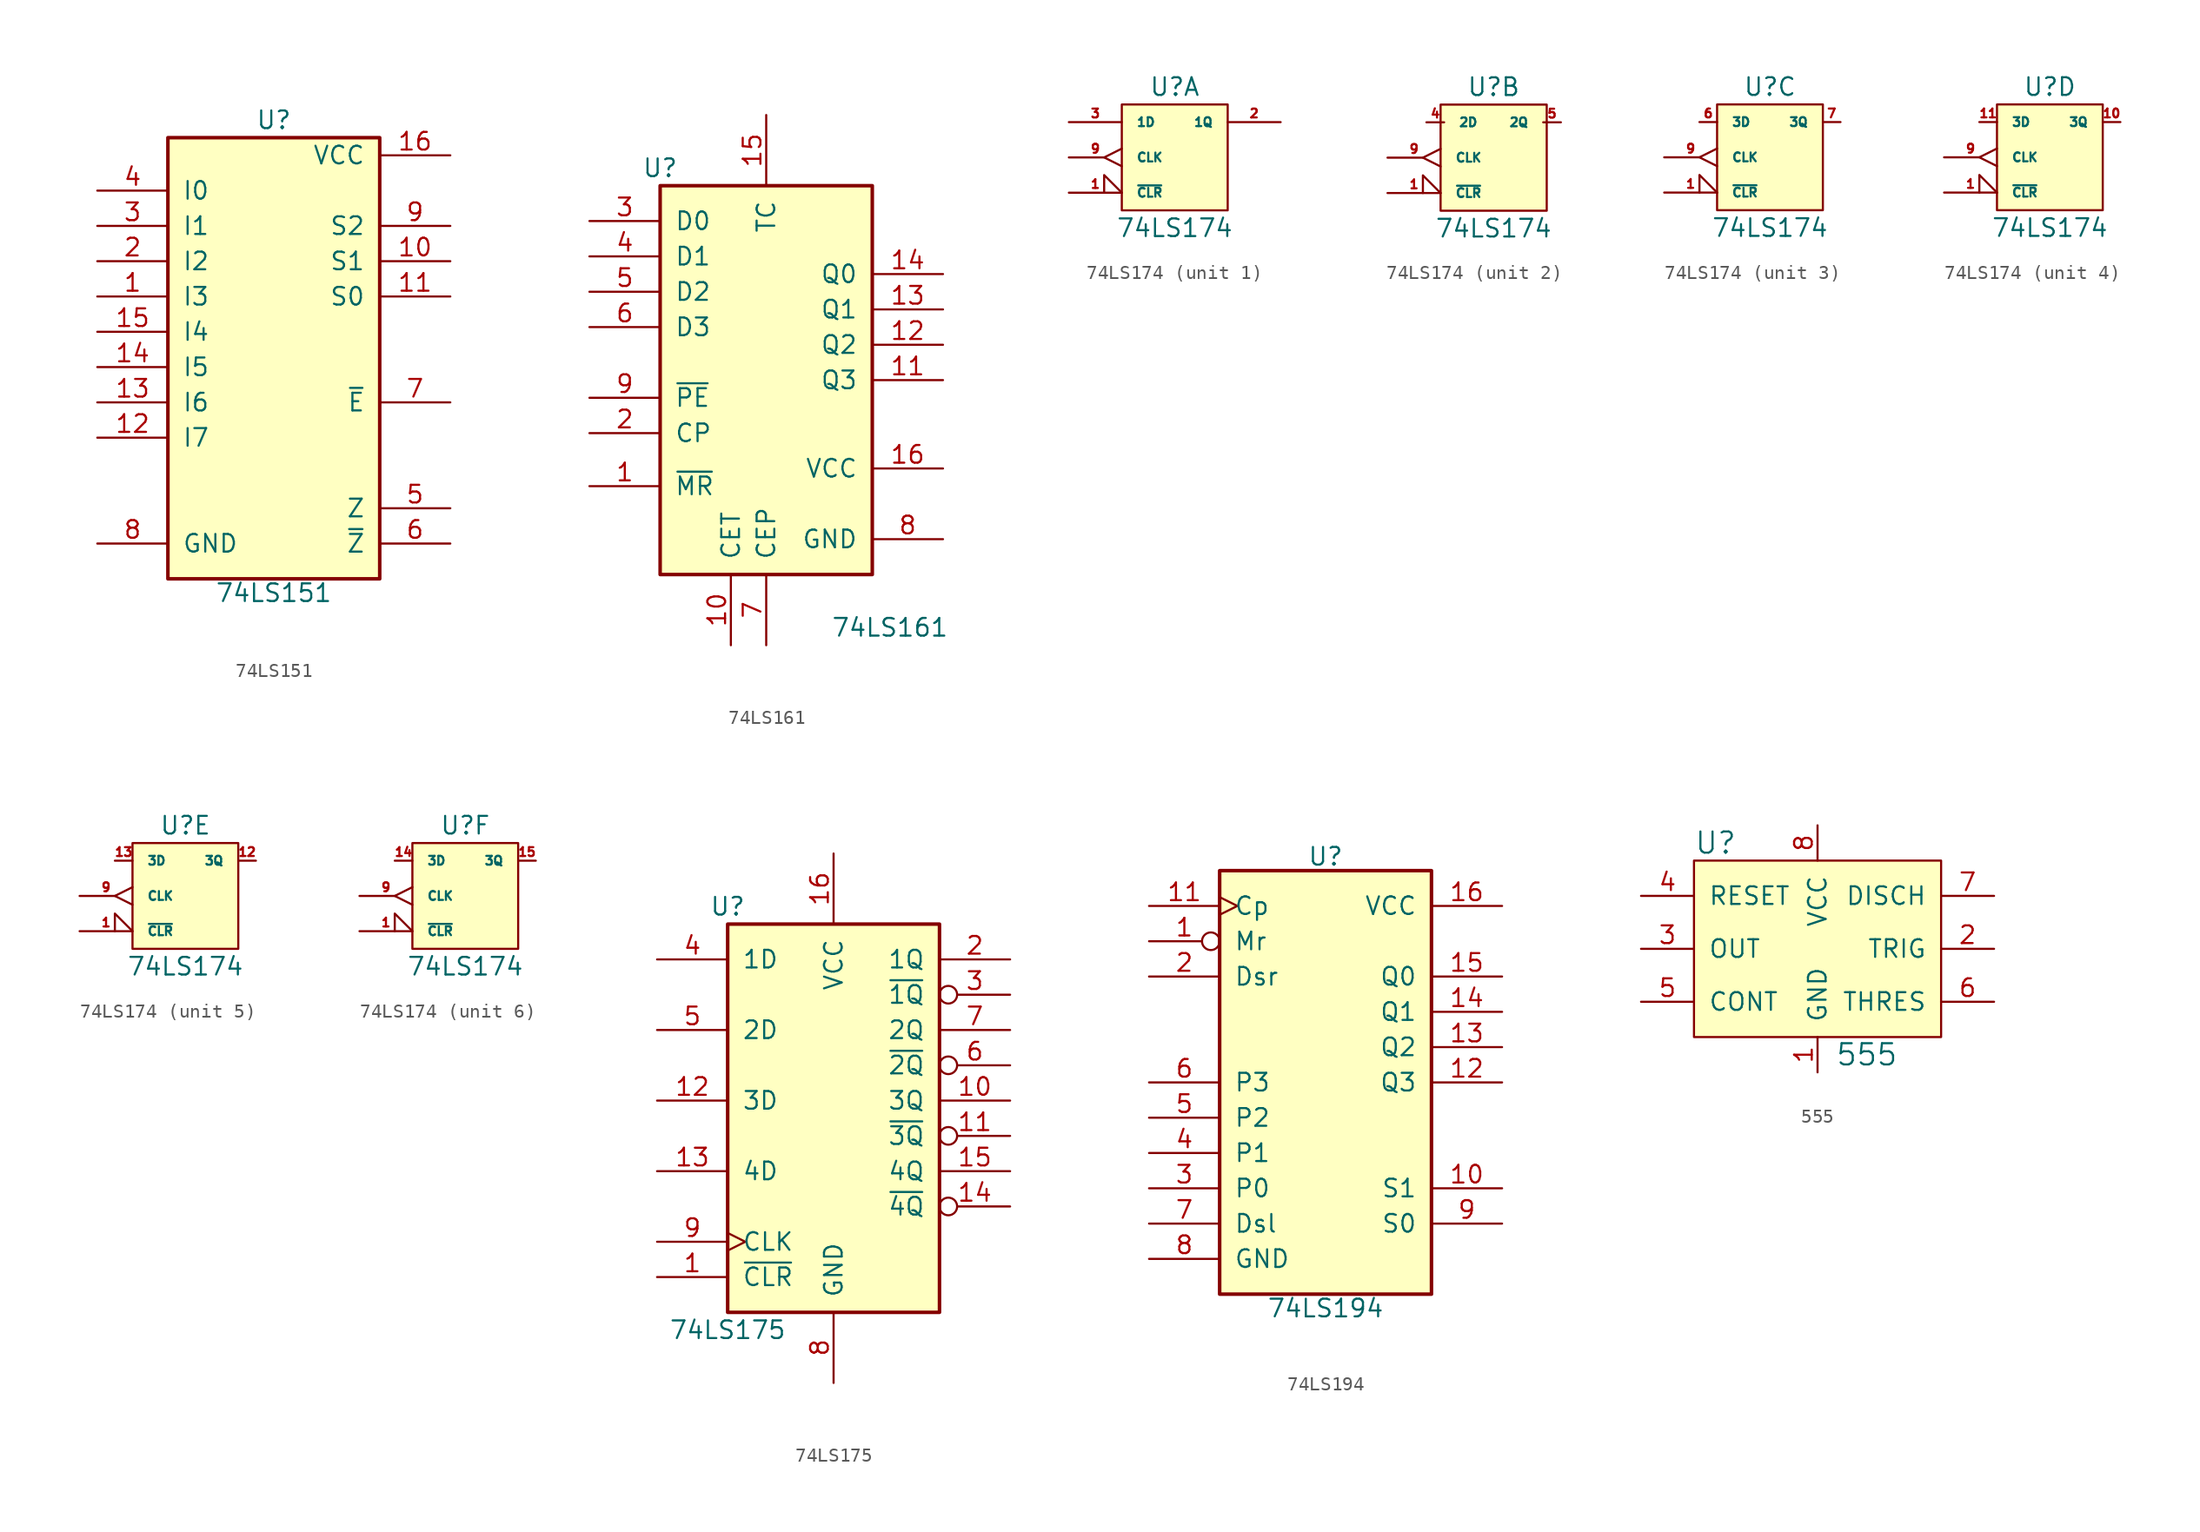
<source format=kicad_sym>
(kicad_symbol_lib
  (version 20220914)
  (generator kicad_symbol_editor)
  (symbol "74LS151"
    (pin_names
      (offset 1.016))
    (property "Reference" "U"
      (at 0 12.7 0)
      (effects (font (size 1.27 1.27))))
    (property "Value" "74LS151"
      (at 0 -21.336 0)
      (effects (font (size 1.27 1.27))))
    (property "ki_locked" ""
      (at 0 0 0)
      (effects (font (size 1.27 1.27))))
    (symbol "74LS151_1_0"
      (pin input line (at -12.7 0 0) (length 5.08) (name "I3" (effects (font (size 1.27 1.27)))) (number "1" (effects (font (size 1.27 1.27)))))
      (pin input line (at 12.7 2.54 180) (length 5.08) (name "S1" (effects (font (size 1.27 1.27)))) (number "10" (effects (font (size 1.27 1.27)))))
      (pin input line (at 12.7 0 180) (length 5.08) (name "S0" (effects (font (size 1.27 1.27)))) (number "11" (effects (font (size 1.27 1.27)))))
      (pin input line (at -12.7 -10.16 0) (length 5.08) (name "I7" (effects (font (size 1.27 1.27)))) (number "12" (effects (font (size 1.27 1.27)))))
      (pin input line (at -12.7 -7.62 0) (length 5.08) (name "I6" (effects (font (size 1.27 1.27)))) (number "13" (effects (font (size 1.27 1.27)))))
      (pin input line (at -12.7 -5.08 0) (length 5.08) (name "I5" (effects (font (size 1.27 1.27)))) (number "14" (effects (font (size 1.27 1.27)))))
      (pin input line (at -12.7 -2.54 0) (length 5.08) (name "I4" (effects (font (size 1.27 1.27)))) (number "15" (effects (font (size 1.27 1.27)))))
      (pin power_in line (at 12.7 10.16 180) (length 5.08) (name "VCC" (effects (font (size 1.27 1.27)))) (number "16" (effects (font (size 1.27 1.27)))))
      (pin input line (at -12.7 2.54 0) (length 5.08) (name "I2" (effects (font (size 1.27 1.27)))) (number "2" (effects (font (size 1.27 1.27)))))
      (pin input line (at -12.7 5.08 0) (length 5.08) (name "I1" (effects (font (size 1.27 1.27)))) (number "3" (effects (font (size 1.27 1.27)))))
      (pin input line (at -12.7 7.62 0) (length 5.08) (name "I0" (effects (font (size 1.27 1.27)))) (number "4" (effects (font (size 1.27 1.27)))))
      (pin output line (at 12.7 -15.24 180) (length 5.08) (name "Z" (effects (font (size 1.27 1.27)))) (number "5" (effects (font (size 1.27 1.27)))))
      (pin output line (at 12.7 -17.78 180) (length 5.08) (name "~{Z}" (effects (font (size 1.27 1.27)))) (number "6" (effects (font (size 1.27 1.27)))))
      (pin input line (at 12.7 -7.62 180) (length 5.08) (name "~{E}" (effects (font (size 1.27 1.27)))) (number "7" (effects (font (size 1.27 1.27)))))
      (pin power_in line (at -12.7 -17.78 0) (length 5.08) (name "GND" (effects (font (size 1.27 1.27)))) (number "8" (effects (font (size 1.27 1.27)))))
      (pin input line (at 12.7 5.08 180) (length 5.08) (name "S2" (effects (font (size 1.27 1.27)))) (number "9" (effects (font (size 1.27 1.27))))))
    (symbol "74LS151_1_1"
      (rectangle (start -7.62 11.43) (end 7.62 -20.32) (stroke (width 0.254) (type solid)) (fill (type background)))))
  (symbol "74LS161"
    (pin_names
      (offset 1.016))
    (property "Reference" "U"
      (at -7.62 15.24 0)
      (effects (font (size 1.27 1.27))))
    (property "Value" "74LS161"
      (at 8.89 -17.78 0)
      (effects (font (size 1.27 1.27))))
    (property "ki_locked" ""
      (at 0 0 0)
      (effects (font (size 1.27 1.27))))
    (symbol "74LS161_1_0"
      (pin input line (at -12.7 -7.62 0) (length 5.08) (name "~{MR}" (effects (font (size 1.27 1.27)))) (number "1" (effects (font (size 1.27 1.27)))))
      (pin input line (at -2.54 -19.05 90) (length 5.08) (name "CET" (effects (font (size 1.27 1.27)))) (number "10" (effects (font (size 1.27 1.27)))))
      (pin output line (at 12.7 0 180) (length 5.08) (name "Q3" (effects (font (size 1.27 1.27)))) (number "11" (effects (font (size 1.27 1.27)))))
      (pin output line (at 12.7 2.54 180) (length 5.08) (name "Q2" (effects (font (size 1.27 1.27)))) (number "12" (effects (font (size 1.27 1.27)))))
      (pin output line (at 12.7 5.08 180) (length 5.08) (name "Q1" (effects (font (size 1.27 1.27)))) (number "13" (effects (font (size 1.27 1.27)))))
      (pin output line (at 12.7 7.62 180) (length 5.08) (name "Q0" (effects (font (size 1.27 1.27)))) (number "14" (effects (font (size 1.27 1.27)))))
      (pin output line (at 0 19.05 270) (length 5.08) (name "TC" (effects (font (size 1.27 1.27)))) (number "15" (effects (font (size 1.27 1.27)))))
      (pin power_in line (at 12.7 -6.35 180) (length 5.08) (name "VCC" (effects (font (size 1.27 1.27)))) (number "16" (effects (font (size 1.27 1.27)))))
      (pin input line (at -12.7 -3.81 0) (length 5.08) (name "CP" (effects (font (size 1.27 1.27)))) (number "2" (effects (font (size 1.27 1.27)))))
      (pin input line (at -12.7 11.43 0) (length 5.08) (name "D0" (effects (font (size 1.27 1.27)))) (number "3" (effects (font (size 1.27 1.27)))))
      (pin input line (at -12.7 8.89 0) (length 5.08) (name "D1" (effects (font (size 1.27 1.27)))) (number "4" (effects (font (size 1.27 1.27)))))
      (pin input line (at -12.7 6.35 0) (length 5.08) (name "D2" (effects (font (size 1.27 1.27)))) (number "5" (effects (font (size 1.27 1.27)))))
      (pin input line (at -12.7 3.81 0) (length 5.08) (name "D3" (effects (font (size 1.27 1.27)))) (number "6" (effects (font (size 1.27 1.27)))))
      (pin input line (at 0 -19.05 90) (length 5.08) (name "CEP" (effects (font (size 1.27 1.27)))) (number "7" (effects (font (size 1.27 1.27)))))
      (pin power_in line (at 12.7 -11.43 180) (length 5.08) (name "GND" (effects (font (size 1.27 1.27)))) (number "8" (effects (font (size 1.27 1.27)))))
      (pin input line (at -12.7 -1.27 0) (length 5.08) (name "~{PE}" (effects (font (size 1.27 1.27)))) (number "9" (effects (font (size 1.27 1.27))))))
    (symbol "74LS161_1_1"
      (rectangle (start -7.62 13.97) (end 7.62 -13.97) (stroke (width 0.254) (type solid)) (fill (type background)))))
  (symbol "74LS174"
    (pin_names
      (offset 1.016))
    (property "Reference" "U"
      (at 0 5.08 0)
      (effects (font (size 1.27 1.27))))
    (property "Value" "74LS174"
      (at 0 -5.08 0)
      (effects (font (size 1.27 1.27))))
    (symbol "74LS174_0_1"
      (rectangle (start -3.81 3.81) (end 3.81 -3.81) (stroke (width 0) (type solid)) (fill (type background)))
      (pin input input_low (at -7.62 -2.54 0) (length 3.81) (name "~{CLR}" (effects (font (size 0.635 0.635)))) (number "1" (effects (font (size 0.635 0.635)))))
      (pin input edge_clock_high (at -7.62 0 0) (length 3.81) (name "CLK" (effects (font (size 0.635 0.635)))) (number "9" (effects (font (size 0.635 0.635))))))
    (symbol "74LS174_1_1"
      (pin output line (at 7.62 2.54 180) (length 3.81) (name "1Q" (effects (font (size 0.635 0.635)))) (number "2" (effects (font (size 0.635 0.635)))))
      (pin input line (at -7.62 2.54 0) (length 3.81) (name "1D" (effects (font (size 0.635 0.635)))) (number "3" (effects (font (size 0.635 0.635))))))
    (symbol "74LS174_2_1"
      (pin input line (at -4.826 2.54 0) (length 1.27) (name "2D" (effects (font (size 0.635 0.635)))) (number "4" (effects (font (size 0.635 0.635)))))
      (pin output line (at 4.826 2.54 180) (length 1.27) (name "2Q" (effects (font (size 0.635 0.635)))) (number "5" (effects (font (size 0.635 0.635))))))
    (symbol "74LS174_3_1"
      (pin input line (at -5.08 2.54 0) (length 1.27) (name "3D" (effects (font (size 0.635 0.635)))) (number "6" (effects (font (size 0.635 0.635)))))
      (pin output line (at 5.08 2.54 180) (length 1.27) (name "3Q" (effects (font (size 0.635 0.635)))) (number "7" (effects (font (size 0.635 0.635))))))
    (symbol "74LS174_4_1"
      (pin output line (at 5.08 2.54 180) (length 1.27) (name "3Q" (effects (font (size 0.635 0.635)))) (number "10" (effects (font (size 0.635 0.635)))))
      (pin input line (at -5.08 2.54 0) (length 1.27) (name "3D" (effects (font (size 0.635 0.635)))) (number "11" (effects (font (size 0.635 0.635))))))
    (symbol "74LS174_5_1"
      (pin output line (at 5.08 2.54 180) (length 1.27) (name "3Q" (effects (font (size 0.635 0.635)))) (number "12" (effects (font (size 0.635 0.635)))))
      (pin input line (at -5.08 2.54 0) (length 1.27) (name "3D" (effects (font (size 0.635 0.635)))) (number "13" (effects (font (size 0.635 0.635))))))
    (symbol "74LS174_6_1"
      (pin input line (at -5.08 2.54 0) (length 1.27) (name "3D" (effects (font (size 0.635 0.635)))) (number "14" (effects (font (size 0.635 0.635)))))
      (pin output line (at 5.08 2.54 180) (length 1.27) (name "3Q" (effects (font (size 0.635 0.635)))) (number "15" (effects (font (size 0.635 0.635)))))))
  (symbol "74LS175"
    (pin_names
      (offset 1.016))
    (property "Reference" "U"
      (at -7.62 13.97 0)
      (effects (font (size 1.27 1.27))))
    (property "Value" "74LS175"
      (at -7.62 -16.51 0)
      (effects (font (size 1.27 1.27))))
    (property "ki_locked" ""
      (at 0 0 0)
      (effects (font (size 1.27 1.27))))
    (symbol "74LS175_1_0"
      (pin input line (at -12.7 -12.7 0) (length 5.08) (name "~{CLR}" (effects (font (size 1.27 1.27)))) (number "1" (effects (font (size 1.27 1.27)))))
      (pin output line (at 12.7 0 180) (length 5.08) (name "3Q" (effects (font (size 1.27 1.27)))) (number "10" (effects (font (size 1.27 1.27)))))
      (pin output inverted (at 12.7 -2.54 180) (length 5.08) (name "~{3Q}" (effects (font (size 1.27 1.27)))) (number "11" (effects (font (size 1.27 1.27)))))
      (pin input line (at -12.7 0 0) (length 5.08) (name "3D" (effects (font (size 1.27 1.27)))) (number "12" (effects (font (size 1.27 1.27)))))
      (pin input line (at -12.7 -5.08 0) (length 5.08) (name "4D" (effects (font (size 1.27 1.27)))) (number "13" (effects (font (size 1.27 1.27)))))
      (pin output inverted (at 12.7 -7.62 180) (length 5.08) (name "~{4Q}" (effects (font (size 1.27 1.27)))) (number "14" (effects (font (size 1.27 1.27)))))
      (pin output line (at 12.7 -5.08 180) (length 5.08) (name "4Q" (effects (font (size 1.27 1.27)))) (number "15" (effects (font (size 1.27 1.27)))))
      (pin power_in line (at 0 17.78 270) (length 5.08) (name "VCC" (effects (font (size 1.27 1.27)))) (number "16" (effects (font (size 1.27 1.27)))))
      (pin output line (at 12.7 10.16 180) (length 5.08) (name "1Q" (effects (font (size 1.27 1.27)))) (number "2" (effects (font (size 1.27 1.27)))))
      (pin output inverted (at 12.7 7.62 180) (length 5.08) (name "~{1Q}" (effects (font (size 1.27 1.27)))) (number "3" (effects (font (size 1.27 1.27)))))
      (pin input line (at -12.7 10.16 0) (length 5.08) (name "1D" (effects (font (size 1.27 1.27)))) (number "4" (effects (font (size 1.27 1.27)))))
      (pin input line (at -12.7 5.08 0) (length 5.08) (name "2D" (effects (font (size 1.27 1.27)))) (number "5" (effects (font (size 1.27 1.27)))))
      (pin output inverted (at 12.7 2.54 180) (length 5.08) (name "~{2Q}" (effects (font (size 1.27 1.27)))) (number "6" (effects (font (size 1.27 1.27)))))
      (pin output line (at 12.7 5.08 180) (length 5.08) (name "2Q" (effects (font (size 1.27 1.27)))) (number "7" (effects (font (size 1.27 1.27)))))
      (pin power_in line (at 0 -20.32 90) (length 5.08) (name "GND" (effects (font (size 1.27 1.27)))) (number "8" (effects (font (size 1.27 1.27)))))
      (pin input clock (at -12.7 -10.16 0) (length 5.08) (name "CLK" (effects (font (size 1.27 1.27)))) (number "9" (effects (font (size 1.27 1.27))))))
    (symbol "74LS175_1_1"
      (rectangle (start -7.62 12.7) (end 7.62 -15.24) (stroke (width 0.254) (type solid)) (fill (type background)))))
  (symbol "74LS194"
    (pin_names
      (offset 1.016))
    (property "Reference" "U"
      (at 0 13.716 0)
      (effects (font (size 1.27 1.27))))
    (property "Value" "74LS194"
      (at 0 -18.796 0)
      (effects (font (size 1.27 1.27))))
    (property "ki_locked" ""
      (at 0 0 0)
      (effects (font (size 1.27 1.27))))
    (symbol "74LS194_1_0"
      (pin input inverted (at -12.7 7.62 0) (length 5.08) (name "Mr" (effects (font (size 1.27 1.27)))) (number "1" (effects (font (size 1.27 1.27)))))
      (pin input line (at 12.7 -10.16 180) (length 5.08) (name "S1" (effects (font (size 1.27 1.27)))) (number "10" (effects (font (size 1.27 1.27)))))
      (pin input clock (at -12.7 10.16 0) (length 5.08) (name "Cp" (effects (font (size 1.27 1.27)))) (number "11" (effects (font (size 1.27 1.27)))))
      (pin output line (at 12.7 -2.54 180) (length 5.08) (name "Q3" (effects (font (size 1.27 1.27)))) (number "12" (effects (font (size 1.27 1.27)))))
      (pin output line (at 12.7 0 180) (length 5.08) (name "Q2" (effects (font (size 1.27 1.27)))) (number "13" (effects (font (size 1.27 1.27)))))
      (pin output line (at 12.7 2.54 180) (length 5.08) (name "Q1" (effects (font (size 1.27 1.27)))) (number "14" (effects (font (size 1.27 1.27)))))
      (pin output line (at 12.7 5.08 180) (length 5.08) (name "Q0" (effects (font (size 1.27 1.27)))) (number "15" (effects (font (size 1.27 1.27)))))
      (pin power_in line (at 12.7 10.16 180) (length 5.08) (name "VCC" (effects (font (size 1.27 1.27)))) (number "16" (effects (font (size 1.27 1.27)))))
      (pin input line (at -12.7 5.08 0) (length 5.08) (name "Dsr" (effects (font (size 1.27 1.27)))) (number "2" (effects (font (size 1.27 1.27)))))
      (pin input line (at -12.7 -10.16 0) (length 5.08) (name "P0" (effects (font (size 1.27 1.27)))) (number "3" (effects (font (size 1.27 1.27)))))
      (pin input line (at -12.7 -7.62 0) (length 5.08) (name "P1" (effects (font (size 1.27 1.27)))) (number "4" (effects (font (size 1.27 1.27)))))
      (pin input line (at -12.7 -5.08 0) (length 5.08) (name "P2" (effects (font (size 1.27 1.27)))) (number "5" (effects (font (size 1.27 1.27)))))
      (pin input line (at -12.7 -2.54 0) (length 5.08) (name "P3" (effects (font (size 1.27 1.27)))) (number "6" (effects (font (size 1.27 1.27)))))
      (pin input line (at -12.7 -12.7 0) (length 5.08) (name "Dsl" (effects (font (size 1.27 1.27)))) (number "7" (effects (font (size 1.27 1.27)))))
      (pin power_in line (at -12.7 -15.24 0) (length 5.08) (name "GND" (effects (font (size 1.27 1.27)))) (number "8" (effects (font (size 1.27 1.27)))))
      (pin input line (at 12.7 -12.7 180) (length 5.08) (name "S0" (effects (font (size 1.27 1.27)))) (number "9" (effects (font (size 1.27 1.27))))))
    (symbol "74LS194_1_1"
      (rectangle (start -7.62 12.7) (end 7.62 -17.78) (stroke (width 0.254) (type solid)) (fill (type background)))))
  (symbol "555"
    (pin_names
      (offset 1.016))
    (property "Reference" "U"
      (at -8.89 6.35 0)
      (effects (font (size 1.524 1.524)) (justify left)))
    (property "Value" "555"
      (at 1.27 -8.89 0)
      (effects (font (size 1.524 1.524)) (justify left)))
    (symbol "555_0_1"
      (rectangle (start -8.89 5.08) (end 8.89 -7.62) (stroke (width 0) (type solid)) (fill (type background))))
    (symbol "555_1_1"
      (pin power_in line (at 0 -10.16 90) (length 2.54) (name "GND" (effects (font (size 1.27 1.27)))) (number "1" (effects (font (size 1.27 1.27)))))
      (pin input line (at 12.7 -1.27 180) (length 3.81) (name "TRIG" (effects (font (size 1.27 1.27)))) (number "2" (effects (font (size 1.27 1.27)))))
      (pin output line (at -12.7 -1.27 0) (length 3.81) (name "OUT" (effects (font (size 1.27 1.27)))) (number "3" (effects (font (size 1.27 1.27)))))
      (pin input line (at -12.7 2.54 0) (length 3.81) (name "RESET" (effects (font (size 1.27 1.27)))) (number "4" (effects (font (size 1.27 1.27)))))
      (pin bidirectional line (at -12.7 -5.08 0) (length 3.81) (name "CONT" (effects (font (size 1.27 1.27)))) (number "5" (effects (font (size 1.27 1.27)))))
      (pin input line (at 12.7 -5.08 180) (length 3.81) (name "THRES" (effects (font (size 1.27 1.27)))) (number "6" (effects (font (size 1.27 1.27)))))
      (pin output line (at 12.7 2.54 180) (length 3.81) (name "DISCH" (effects (font (size 1.27 1.27)))) (number "7" (effects (font (size 1.27 1.27)))))
      (pin power_in line (at 0 7.62 270) (length 2.54) (name "VCC" (effects (font (size 1.27 1.27)))) (number "8" (effects (font (size 1.27 1.27))))))))
</source>
